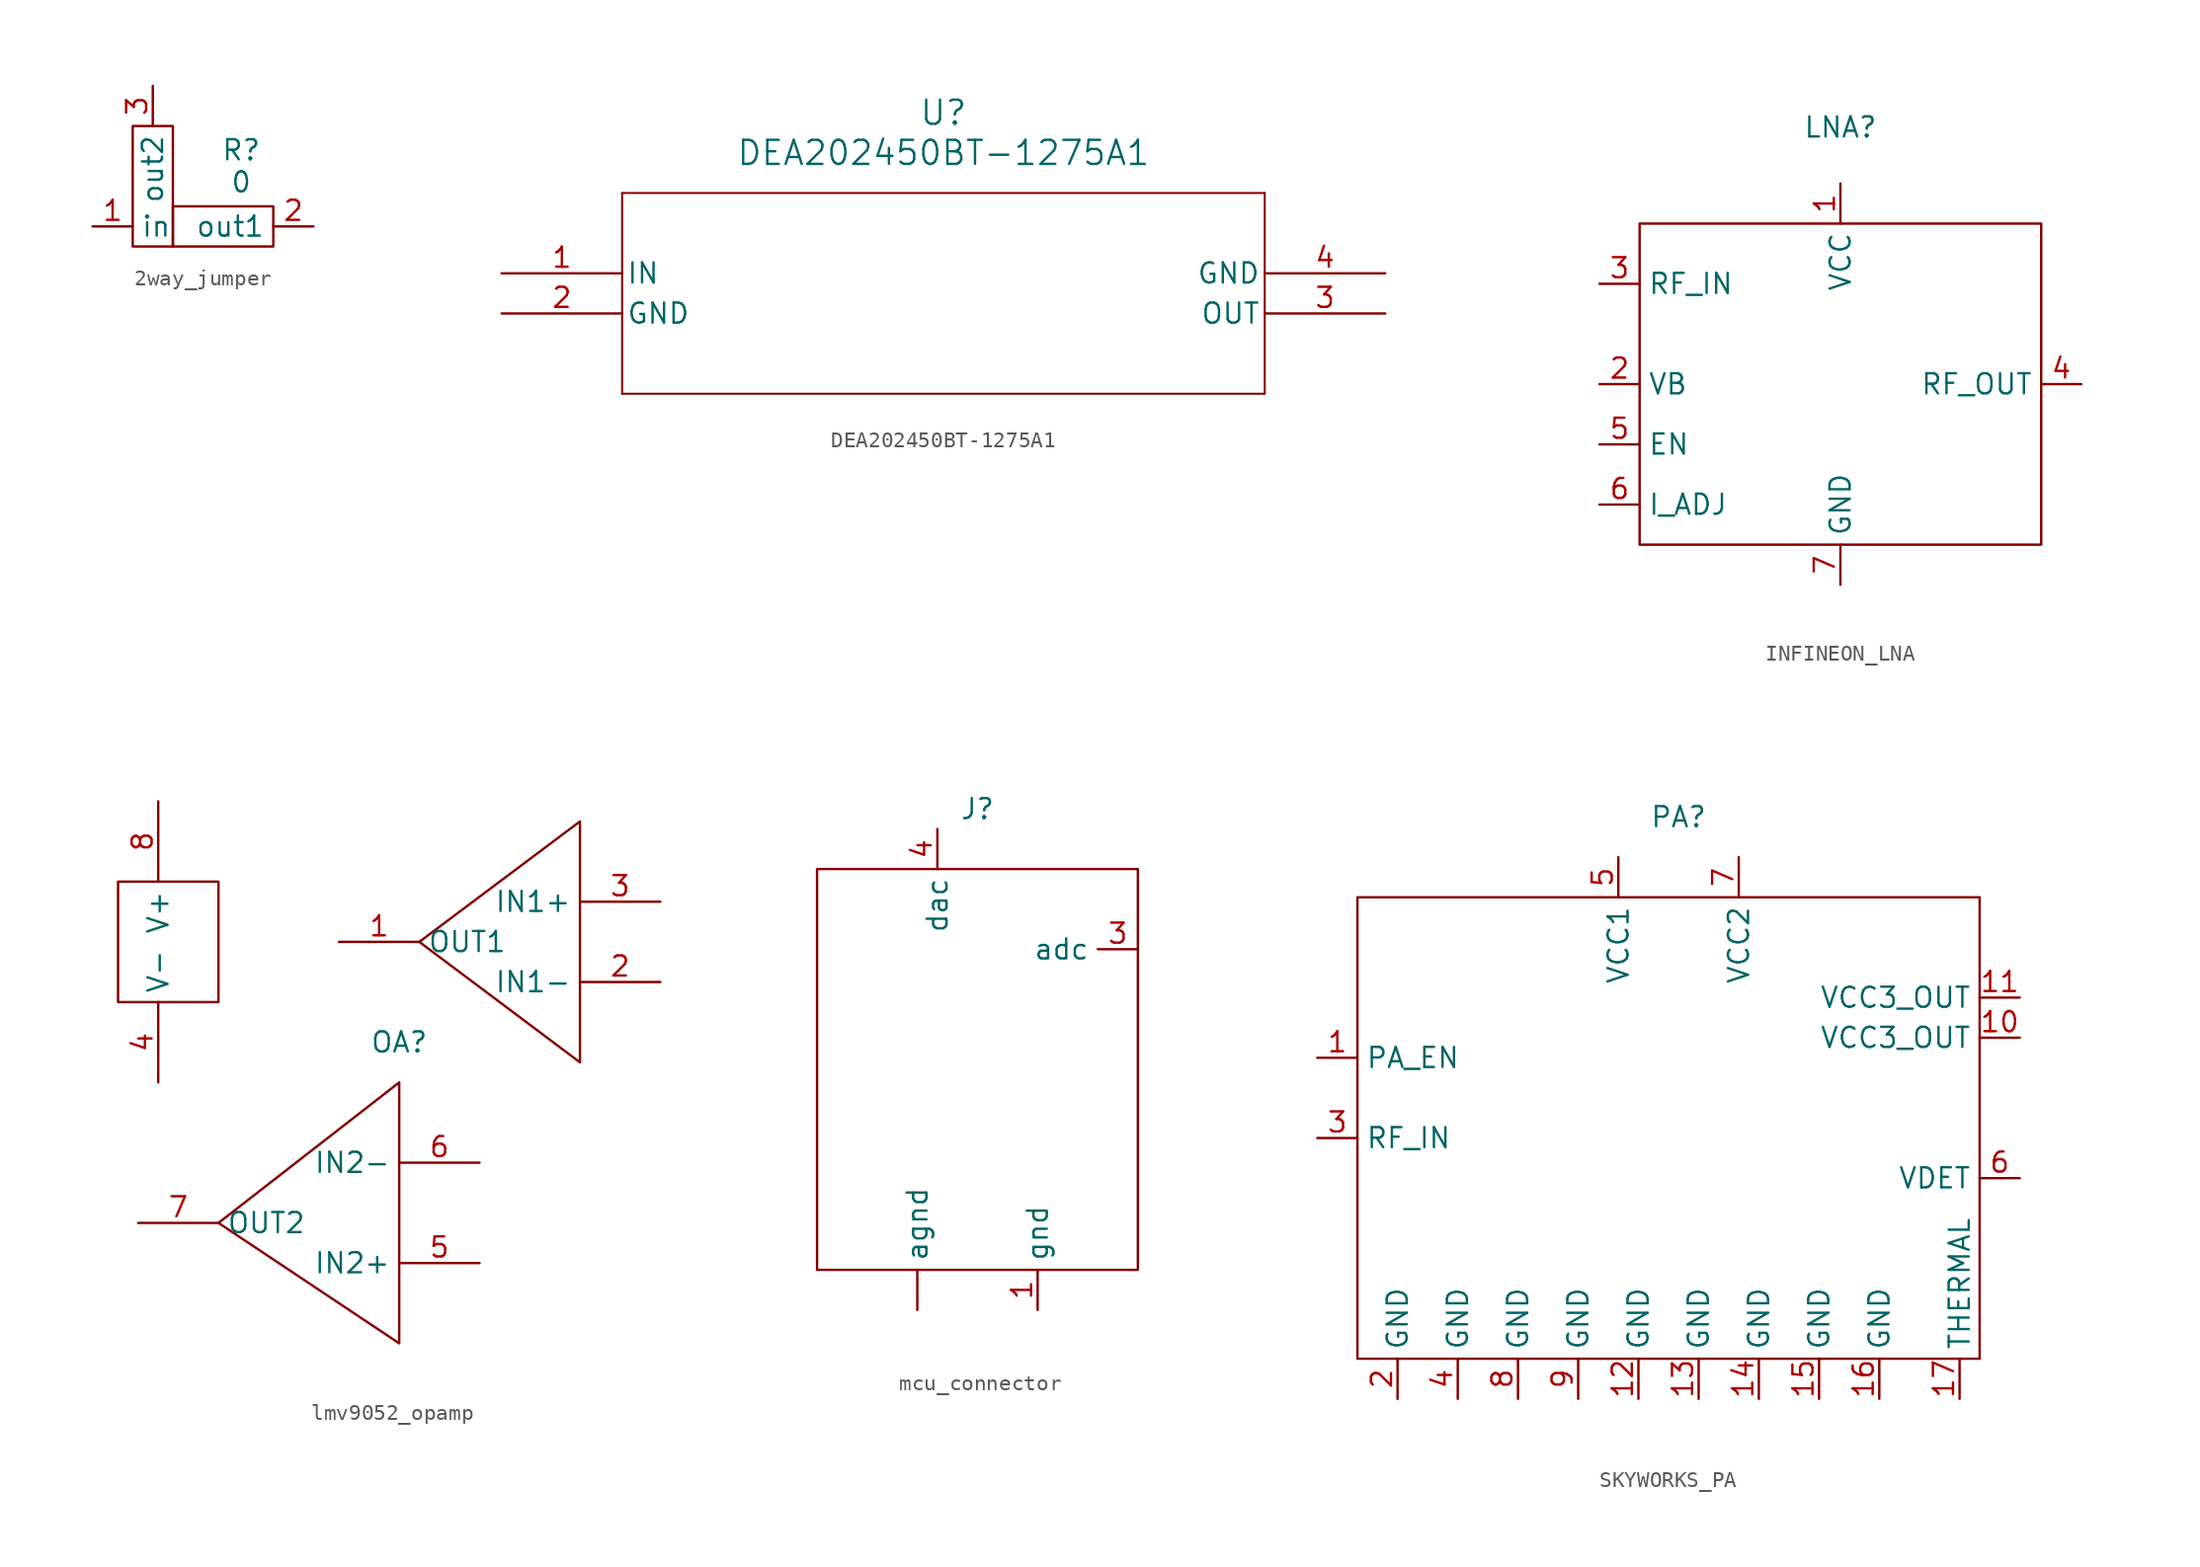
<source format=kicad_sym>
(kicad_symbol_lib
  (version 20231120)
  (generator "kicad_symbol_editor")
  (generator_version "8.0")
  (symbol "2way_jumper"
    (property "Reference" "R"
      (at 4.318 -0.254 0)
      (effects (font (size 1.27 1.27))))
    (property "Value" "0"
      (at 4.318 -2.286 0)
      (effects (font (size 1.27 1.27))))
    (symbol "2way_jumper_0_1"
      (rectangle (start -2.54 1.27) (end 0 -6.35) (stroke (width 0) (type default)) (fill (type none)))
      (rectangle (start 0 -3.81) (end 6.35 -6.35) (stroke (width 0) (type default)) (fill (type none))))
    (symbol "2way_jumper_1_1"
      (pin input line (at -5.08 -5.08 0) (length 2.54) (name "in" (effects (font (size 1.27 1.27)))) (number "1" (effects (font (size 1.27 1.27)))))
      (pin input line (at 8.89 -5.08 180) (length 2.54) (name "out1" (effects (font (size 1.27 1.27)))) (number "2" (effects (font (size 1.27 1.27)))))
      (pin input line (at -1.27 3.81 270) (length 2.54) (name "out2" (effects (font (size 1.27 1.27)))) (number "3" (effects (font (size 1.27 1.27)))))))
  (symbol "DEA202450BT-1275A1"
    (pin_names
      (offset 0.254))
    (property "Reference" "U"
      (at 27.94 10.16 0)
      (effects (font (size 1.524 1.524))))
    (property "Value" "DEA202450BT-1275A1"
      (at 27.94 7.62 0)
      (effects (font (size 1.524 1.524))))
    (property "ki_locked" ""
      (at 0 0 0)
      (effects (font (size 1.27 1.27))))
    (symbol "DEA202450BT-1275A1_0_1"
      (polyline (pts (xy 7.62 -7.62) (xy 48.26 -7.62)) (stroke (width 0.127) (type default)) (fill (type none)))
      (polyline (pts (xy 7.62 5.08) (xy 7.62 -7.62)) (stroke (width 0.127) (type default)) (fill (type none)))
      (polyline (pts (xy 48.26 -7.62) (xy 48.26 5.08)) (stroke (width 0.127) (type default)) (fill (type none)))
      (polyline (pts (xy 48.26 5.08) (xy 7.62 5.08)) (stroke (width 0.127) (type default)) (fill (type none)))
      (pin input line (at 0 0 0) (length 7.62) (name "IN" (effects (font (size 1.27 1.27)))) (number "1" (effects (font (size 1.27 1.27)))))
      (pin power_in line (at 0 -2.54 0) (length 7.62) (name "GND" (effects (font (size 1.27 1.27)))) (number "2" (effects (font (size 1.27 1.27)))))
      (pin output line (at 55.88 -2.54 180) (length 7.62) (name "OUT" (effects (font (size 1.27 1.27)))) (number "3" (effects (font (size 1.27 1.27)))))
      (pin power_in line (at 55.88 0 180) (length 7.62) (name "GND" (effects (font (size 1.27 1.27)))) (number "4" (effects (font (size 1.27 1.27)))))))
  (symbol "INFINEON_LNA"
    (property "Reference" "LNA"
      (at 0 18.796 0)
      (effects (font (size 1.27 1.27))))
    (property "Value" ""
      (at 0 0 0)
      (effects (font (size 1.27 1.27))))
    (symbol "INFINEON_LNA_0_1"
      (rectangle (start -12.7 12.7) (end 12.7 -7.62) (stroke (width 0) (type default)) (fill (type none))))
    (symbol "INFINEON_LNA_1_1"
      (pin power_in line (at 0 15.24 270) (length 2.54) (name "VCC" (effects (font (size 1.27 1.27)))) (number "1" (effects (font (size 1.27 1.27)))))
      (pin output line (at -15.24 2.54 0) (length 2.54) (name "VB" (effects (font (size 1.27 1.27)))) (number "2" (effects (font (size 1.27 1.27)))))
      (pin input line (at -15.24 8.89 0) (length 2.54) (name "RF_IN" (effects (font (size 1.27 1.27)))) (number "3" (effects (font (size 1.27 1.27)))))
      (pin output line (at 15.24 2.54 180) (length 2.54) (name "RF_OUT" (effects (font (size 1.27 1.27)))) (number "4" (effects (font (size 1.27 1.27)))))
      (pin input line (at -15.24 -1.27 0) (length 2.54) (name "EN" (effects (font (size 1.27 1.27)))) (number "5" (effects (font (size 1.27 1.27)))))
      (pin input line (at -15.24 -5.08 0) (length 2.54) (name "I_ADJ" (effects (font (size 1.27 1.27)))) (number "6" (effects (font (size 1.27 1.27)))))
      (pin power_in line (at 0 -10.16 90) (length 2.54) (name "GND" (effects (font (size 1.27 1.27)))) (number "7" (effects (font (size 1.27 1.27)))))))
  (symbol "lmv9052_opamp"
    (property "Reference" "OA"
      (at 0 0 0)
      (effects (font (size 1.27 1.27))))
    (property "Value" ""
      (at 0 0 0)
      (effects (font (size 1.27 1.27))))
    (symbol "lmv9052_opamp_0_1"
      (rectangle (start -17.78 10.16) (end -11.43 2.54) (stroke (width 0) (type default)) (fill (type none)))
      (polyline (pts (xy 0 -2.54) (xy -11.43 -11.43) (xy 0 -19.05) (xy 0 -2.54)) (stroke (width 0) (type default)) (fill (type none)))
      (polyline (pts (xy 11.43 13.97) (xy 1.27 6.35) (xy 11.43 -1.27) (xy 11.43 13.97)) (stroke (width 0) (type default)) (fill (type none))))
    (symbol "lmv9052_opamp_1_1"
      (pin unspecified line (at -3.81 6.35 0) (length 5.08) (name "OUT1" (effects (font (size 1.27 1.27)))) (number "1" (effects (font (size 1.27 1.27)))))
      (pin unspecified line (at 16.51 3.81 180) (length 5.08) (name "IN1-" (effects (font (size 1.27 1.27)))) (number "2" (effects (font (size 1.27 1.27)))))
      (pin unspecified line (at 16.51 8.89 180) (length 5.08) (name "IN1+" (effects (font (size 1.27 1.27)))) (number "3" (effects (font (size 1.27 1.27)))))
      (pin unspecified line (at -15.24 -2.54 90) (length 5.08) (name "V-" (effects (font (size 1.27 1.27)))) (number "4" (effects (font (size 1.27 1.27)))))
      (pin unspecified line (at 5.08 -13.97 180) (length 5.08) (name "IN2+" (effects (font (size 1.27 1.27)))) (number "5" (effects (font (size 1.27 1.27)))))
      (pin unspecified line (at 5.08 -7.62 180) (length 5.08) (name "IN2-" (effects (font (size 1.27 1.27)))) (number "6" (effects (font (size 1.27 1.27)))))
      (pin unspecified line (at -16.51 -11.43 0) (length 5.08) (name "OUT2" (effects (font (size 1.27 1.27)))) (number "7" (effects (font (size 1.27 1.27)))))
      (pin unspecified line (at -15.24 15.24 270) (length 5.08) (name "V+" (effects (font (size 1.27 1.27)))) (number "8" (effects (font (size 1.27 1.27)))))))
  (symbol "mcu_connector"
    (property "Reference" "J"
      (at 0 0 0)
      (effects (font (size 1.27 1.27))))
    (property "Value" ""
      (at 0 0 0)
      (effects (font (size 1.27 1.27))))
    (symbol "mcu_connector_0_1"
      (rectangle (start -10.16 -3.81) (end 10.16 -29.21) (stroke (width 0) (type default)) (fill (type none))))
    (symbol "mcu_connector_1_1"
      (pin unspecified line (at -3.81 -31.75 90) (length 2.54) (name "agnd" (effects (font (size 1.27 1.27)))) (number "" (effects (font (size 1.27 1.27)))))
      (pin unspecified line (at 3.81 -31.75 90) (length 2.54) (name "gnd" (effects (font (size 1.27 1.27)))) (number "1" (effects (font (size 1.27 1.27)))))
      (pin unspecified line (at 10.16 -8.89 180) (length 2.54) (name "adc" (effects (font (size 1.27 1.27)))) (number "3" (effects (font (size 1.27 1.27)))))
      (pin unspecified line (at -2.54 -1.27 270) (length 2.54) (name "dac" (effects (font (size 1.27 1.27)))) (number "4" (effects (font (size 1.27 1.27)))))))
  (symbol "SKYWORKS_PA"
    (property "Reference" "PA"
      (at 0 0 0)
      (effects (font (size 1.27 1.27))))
    (property "Value" ""
      (at 0 0 0)
      (effects (font (size 1.27 1.27))))
    (symbol "SKYWORKS_PA_0_1"
      (rectangle (start 19.05 -34.29) (end -20.32 -5.08) (stroke (width 0) (type default)) (fill (type none))))
    (symbol "SKYWORKS_PA_1_1"
      (pin input line (at -22.86 -15.24 0) (length 2.54) (name "PA_EN" (effects (font (size 1.27 1.27)))) (number "1" (effects (font (size 1.27 1.27)))))
      (pin output line (at 21.59 -13.97 180) (length 2.54) (name "VCC3_OUT" (effects (font (size 1.27 1.27)))) (number "10" (effects (font (size 1.27 1.27)))))
      (pin output line (at 21.59 -11.43 180) (length 2.54) (name "VCC3_OUT" (effects (font (size 1.27 1.27)))) (number "11" (effects (font (size 1.27 1.27)))))
      (pin power_in line (at -2.54 -36.83 90) (length 2.54) (name "GND" (effects (font (size 1.27 1.27)))) (number "12" (effects (font (size 1.27 1.27)))))
      (pin power_in line (at 1.27 -36.83 90) (length 2.54) (name "GND" (effects (font (size 1.27 1.27)))) (number "13" (effects (font (size 1.27 1.27)))))
      (pin power_in line (at 5.08 -36.83 90) (length 2.54) (name "GND" (effects (font (size 1.27 1.27)))) (number "14" (effects (font (size 1.27 1.27)))))
      (pin power_in line (at 8.89 -36.83 90) (length 2.54) (name "GND" (effects (font (size 1.27 1.27)))) (number "15" (effects (font (size 1.27 1.27)))))
      (pin power_in line (at 12.7 -36.83 90) (length 2.54) (name "GND" (effects (font (size 1.27 1.27)))) (number "16" (effects (font (size 1.27 1.27)))))
      (pin power_in line (at 17.78 -36.83 90) (length 2.54) (name "THERMAL" (effects (font (size 1.27 1.27)))) (number "17" (effects (font (size 1.27 1.27)))))
      (pin power_in line (at -17.78 -36.83 90) (length 2.54) (name "GND" (effects (font (size 1.27 1.27)))) (number "2" (effects (font (size 1.27 1.27)))))
      (pin input line (at -22.86 -20.32 0) (length 2.54) (name "RF_IN" (effects (font (size 1.27 1.27)))) (number "3" (effects (font (size 1.27 1.27)))))
      (pin power_in line (at -13.97 -36.83 90) (length 2.54) (name "GND" (effects (font (size 1.27 1.27)))) (number "4" (effects (font (size 1.27 1.27)))))
      (pin power_in line (at -3.81 -2.54 270) (length 2.54) (name "VCC1" (effects (font (size 1.27 1.27)))) (number "5" (effects (font (size 1.27 1.27)))))
      (pin output line (at 21.59 -22.86 180) (length 2.54) (name "VDET" (effects (font (size 1.27 1.27)))) (number "6" (effects (font (size 1.27 1.27)))))
      (pin power_in line (at 3.81 -2.54 270) (length 2.54) (name "VCC2" (effects (font (size 1.27 1.27)))) (number "7" (effects (font (size 1.27 1.27)))))
      (pin power_in line (at -10.16 -36.83 90) (length 2.54) (name "GND" (effects (font (size 1.27 1.27)))) (number "8" (effects (font (size 1.27 1.27)))))
      (pin power_in line (at -6.35 -36.83 90) (length 2.54) (name "GND" (effects (font (size 1.27 1.27)))) (number "9" (effects (font (size 1.27 1.27))))))))
</source>
